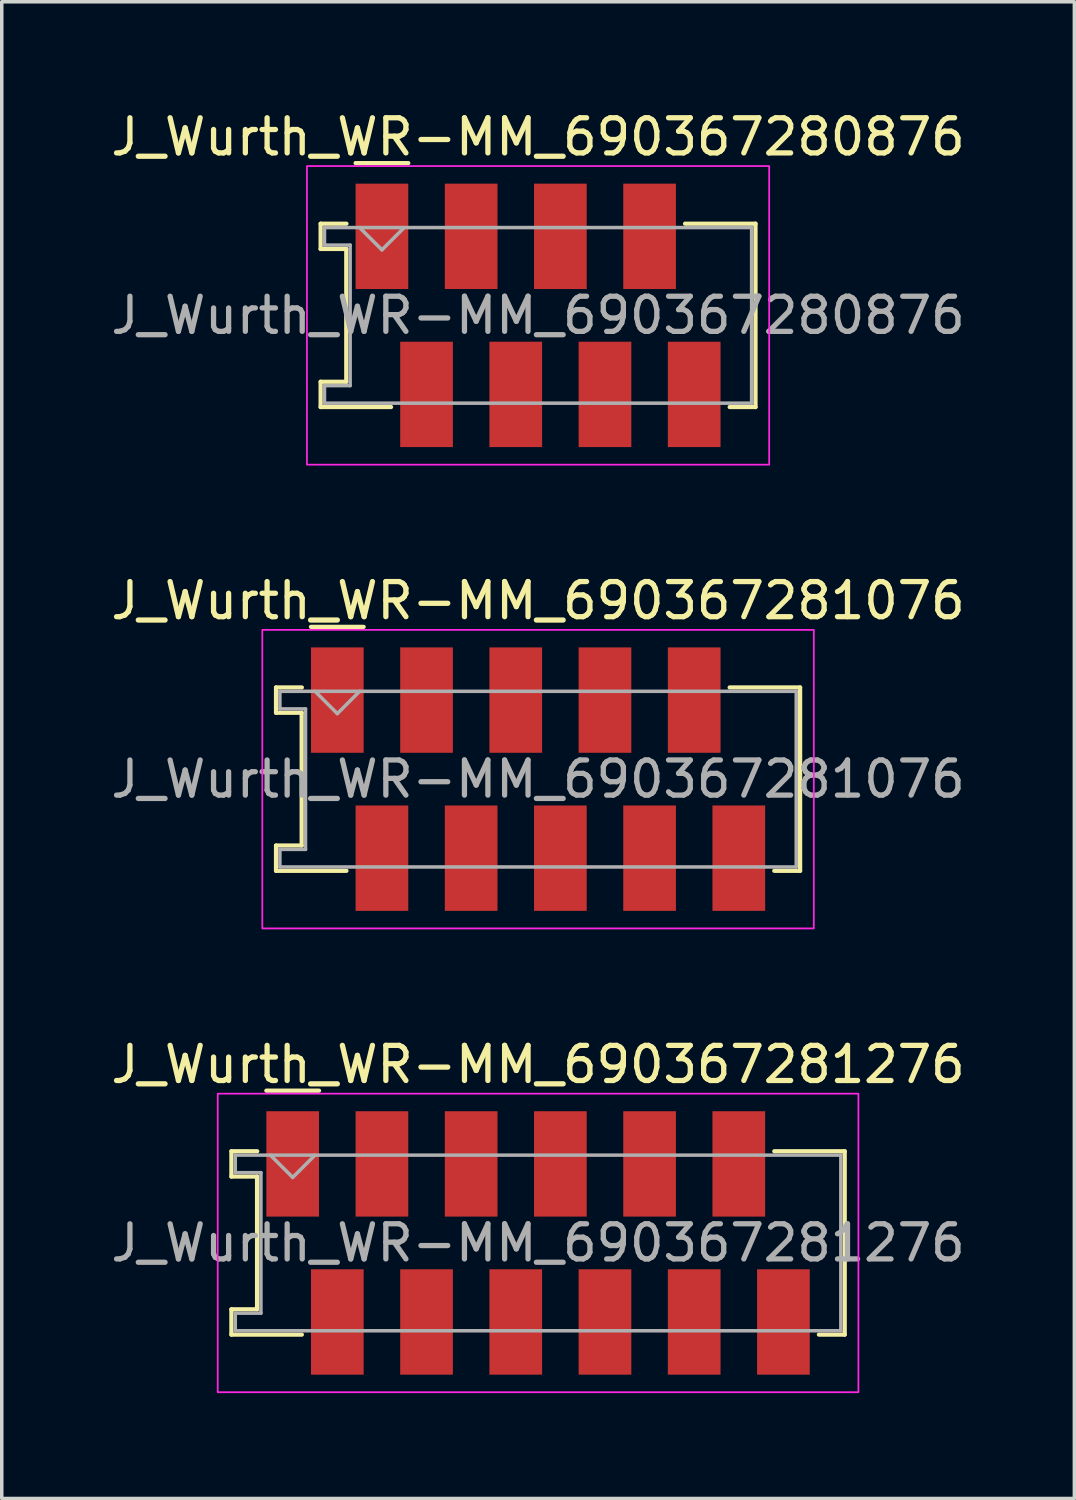
<source format=kicad_pcb>
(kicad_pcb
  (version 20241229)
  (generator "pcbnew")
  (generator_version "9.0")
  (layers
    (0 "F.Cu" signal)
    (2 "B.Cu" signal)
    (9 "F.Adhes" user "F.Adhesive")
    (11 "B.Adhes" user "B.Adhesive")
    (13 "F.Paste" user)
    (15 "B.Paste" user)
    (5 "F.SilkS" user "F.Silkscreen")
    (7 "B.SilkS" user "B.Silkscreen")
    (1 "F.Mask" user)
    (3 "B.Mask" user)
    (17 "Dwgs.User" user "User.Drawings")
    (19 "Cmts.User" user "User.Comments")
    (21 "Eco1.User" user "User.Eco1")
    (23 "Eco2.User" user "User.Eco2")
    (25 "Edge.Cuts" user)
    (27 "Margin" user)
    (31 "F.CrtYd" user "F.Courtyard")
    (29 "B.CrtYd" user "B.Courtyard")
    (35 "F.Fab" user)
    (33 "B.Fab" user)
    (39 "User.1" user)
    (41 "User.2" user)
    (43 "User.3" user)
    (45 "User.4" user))
  (footprint "J_Wurth_WR-MM_690367280876"
    (layer "F.Cu")
    (at 12.268 5.928)
    (property "Reference" "J_Wurth_WR-MM_690367280876" (at 0 -5.08 0) (unlocked yes) (layer "F.SilkS") (effects (font (size 1 1) (thickness 0.15))))
    (attr smd)
    (fp_line (start -6.19 -2.61) (end -6.19 -1.89) (stroke (width 0.12) (type solid)) (layer "F.SilkS"))
    (fp_line (start -6.19 -2.61) (end -5.455 -2.61) (stroke (width 0.12) (type solid)) (layer "F.SilkS"))
    (fp_line (start -6.19 -1.89) (end -5.46 -1.89) (stroke (width 0.12) (type solid)) (layer "F.SilkS"))
    (fp_line (start -6.19 1.89) (end -6.19 2.61) (stroke (width 0.12) (type solid)) (layer "F.SilkS"))
    (fp_line (start -6.19 1.89) (end -5.46 1.89) (stroke (width 0.12) (type solid)) (layer "F.SilkS"))
    (fp_line (start -6.19 2.61) (end -4.185 2.61) (stroke (width 0.12) (type solid)) (layer "F.SilkS"))
    (fp_line (start -5.46 -1.89) (end -5.46 1.89) (stroke (width 0.12) (type solid)) (layer "F.SilkS"))
    (fp_line (start -5.195 -4.335) (end -3.695 -4.335) (stroke (width 0.12) (type solid)) (layer "F.SilkS"))
    (fp_line (start 4.185 -2.61) (end 6.19 -2.61) (stroke (width 0.12) (type solid)) (layer "F.SilkS"))
    (fp_line (start 5.455 2.61) (end 6.19 2.61) (stroke (width 0.12) (type solid)) (layer "F.SilkS"))
    (fp_line (start 6.19 -2.61) (end 6.19 2.61) (stroke (width 0.12) (type solid)) (layer "F.SilkS"))
    (fp_rect (start -6.58 -4.25) (end 6.58 4.25) (stroke (width 0.05) (type solid)) (fill no) (layer "F.CrtYd"))
    (fp_line (start -6.08 -2.5) (end -6.08 -2) (stroke (width 0.1) (type solid)) (layer "F.Fab"))
    (fp_line (start -6.08 -2.5) (end 6.08 -2.5) (stroke (width 0.1) (type default)) (layer "F.Fab"))
    (fp_line (start -6.08 -2) (end -5.35 -2) (stroke (width 0.1) (type solid)) (layer "F.Fab"))
    (fp_line (start -6.08 2) (end -6.08 2.5) (stroke (width 0.1) (type solid)) (layer "F.Fab"))
    (fp_line (start -6.08 2) (end -5.35 2) (stroke (width 0.1) (type solid)) (layer "F.Fab"))
    (fp_line (start -5.35 -2) (end -5.35 2) (stroke (width 0.1) (type default)) (layer "F.Fab"))
    (fp_line (start -5.08 -2.5) (end -4.445 -1.865) (stroke (width 0.1) (type default)) (layer "F.Fab"))
    (fp_line (start -4.445 -1.865) (end -3.81 -2.5) (stroke (width 0.1) (type default)) (layer "F.Fab"))
    (fp_line (start 6.08 -2.5) (end 6.08 2.5) (stroke (width 0.1) (type default)) (layer "F.Fab"))
    (fp_line (start 6.08 2.5) (end -6.08 2.5) (stroke (width 0.1) (type default)) (layer "F.Fab"))
    (fp_text user "${REFERENCE}" (at 0 0 0) (unlocked yes) (layer "F.Fab") (effects (font (size 1 1) (thickness 0.15))))
    (pad "1" smd rect (at -4.445 -2.25) (size 1.5 3) (layers "F.Cu" "F.Mask" "F.Paste"))
    (pad "2" smd rect (at -3.175 2.25) (size 1.5 3) (layers "F.Cu" "F.Mask" "F.Paste"))
    (pad "3" smd rect (at -1.905 -2.25) (size 1.5 3) (layers "F.Cu" "F.Mask" "F.Paste"))
    (pad "4" smd rect (at -0.635 2.25) (size 1.5 3) (layers "F.Cu" "F.Mask" "F.Paste"))
    (pad "5" smd rect (at 0.635 -2.25) (size 1.5 3) (layers "F.Cu" "F.Mask" "F.Paste"))
    (pad "6" smd rect (at 1.905 2.25) (size 1.5 3) (layers "F.Cu" "F.Mask" "F.Paste"))
    (pad "7" smd rect (at 3.175 -2.25) (size 1.5 3) (layers "F.Cu" "F.Mask" "F.Paste"))
    (pad "8" smd rect (at 4.445 2.25) (size 1.5 3) (layers "F.Cu" "F.Mask" "F.Paste")))
  (footprint "J_Wurth_WR-MM_690367281076"
    (layer "F.Cu")
    (at 12.268 19.131)
    (property "Reference" "J_Wurth_WR-MM_690367281076" (at 0 -5.08 0) (unlocked yes) (layer "F.SilkS") (effects (font (size 1 1) (thickness 0.15))))
    (attr smd)
    (fp_line (start -7.46 -2.61) (end -7.46 -1.89) (stroke (width 0.12) (type solid)) (layer "F.SilkS"))
    (fp_line (start -7.46 -2.61) (end -6.725 -2.61) (stroke (width 0.12) (type solid)) (layer "F.SilkS"))
    (fp_line (start -7.46 -1.89) (end -6.73 -1.89) (stroke (width 0.12) (type solid)) (layer "F.SilkS"))
    (fp_line (start -7.46 1.89) (end -7.46 2.61) (stroke (width 0.12) (type solid)) (layer "F.SilkS"))
    (fp_line (start -7.46 1.89) (end -6.73 1.89) (stroke (width 0.12) (type solid)) (layer "F.SilkS"))
    (fp_line (start -7.46 2.61) (end -5.455 2.61) (stroke (width 0.12) (type solid)) (layer "F.SilkS"))
    (fp_line (start -6.73 -1.89) (end -6.73 1.89) (stroke (width 0.12) (type solid)) (layer "F.SilkS"))
    (fp_line (start -6.465 -4.335) (end -4.965 -4.335) (stroke (width 0.12) (type solid)) (layer "F.SilkS"))
    (fp_line (start 5.455 -2.61) (end 7.46 -2.61) (stroke (width 0.12) (type solid)) (layer "F.SilkS"))
    (fp_line (start 6.725 2.61) (end 7.46 2.61) (stroke (width 0.12) (type solid)) (layer "F.SilkS"))
    (fp_line (start 7.46 -2.61) (end 7.46 2.61) (stroke (width 0.12) (type solid)) (layer "F.SilkS"))
    (fp_rect (start -7.85 -4.25) (end 7.85 4.25) (stroke (width 0.05) (type solid)) (fill no) (layer "F.CrtYd"))
    (fp_line (start -7.35 -2.5) (end -7.35 -2) (stroke (width 0.1) (type solid)) (layer "F.Fab"))
    (fp_line (start -7.35 -2.5) (end 7.35 -2.5) (stroke (width 0.1) (type default)) (layer "F.Fab"))
    (fp_line (start -7.35 -2) (end -6.62 -2) (stroke (width 0.1) (type solid)) (layer "F.Fab"))
    (fp_line (start -7.35 2) (end -7.35 2.5) (stroke (width 0.1) (type solid)) (layer "F.Fab"))
    (fp_line (start -7.35 2) (end -6.62 2) (stroke (width 0.1) (type solid)) (layer "F.Fab"))
    (fp_line (start -6.62 -2) (end -6.62 2) (stroke (width 0.1) (type default)) (layer "F.Fab"))
    (fp_line (start -6.35 -2.5) (end -5.715 -1.865) (stroke (width 0.1) (type default)) (layer "F.Fab"))
    (fp_line (start -5.715 -1.865) (end -5.08 -2.5) (stroke (width 0.1) (type default)) (layer "F.Fab"))
    (fp_line (start 7.35 -2.5) (end 7.35 2.5) (stroke (width 0.1) (type default)) (layer "F.Fab"))
    (fp_line (start 7.35 2.5) (end -7.35 2.5) (stroke (width 0.1) (type default)) (layer "F.Fab"))
    (fp_text user "${REFERENCE}" (at 0 0 0) (unlocked yes) (layer "F.Fab") (effects (font (size 1 1) (thickness 0.15))))
    (pad "1" smd rect (at -5.715 -2.25) (size 1.5 3) (layers "F.Cu" "F.Mask" "F.Paste"))
    (pad "2" smd rect (at -4.445 2.25) (size 1.5 3) (layers "F.Cu" "F.Mask" "F.Paste"))
    (pad "3" smd rect (at -3.175 -2.25) (size 1.5 3) (layers "F.Cu" "F.Mask" "F.Paste"))
    (pad "4" smd rect (at -1.905 2.25) (size 1.5 3) (layers "F.Cu" "F.Mask" "F.Paste"))
    (pad "5" smd rect (at -0.635 -2.25) (size 1.5 3) (layers "F.Cu" "F.Mask" "F.Paste"))
    (pad "6" smd rect (at 0.635 2.25) (size 1.5 3) (layers "F.Cu" "F.Mask" "F.Paste"))
    (pad "7" smd rect (at 1.905 -2.25) (size 1.5 3) (layers "F.Cu" "F.Mask" "F.Paste"))
    (pad "8" smd rect (at 3.175 2.25) (size 1.5 3) (layers "F.Cu" "F.Mask" "F.Paste"))
    (pad "9" smd rect (at 4.445 -2.25) (size 1.5 3) (layers "F.Cu" "F.Mask" "F.Paste"))
    (pad "10" smd rect (at 5.715 2.25) (size 1.5 3) (layers "F.Cu" "F.Mask" "F.Paste")))
  (footprint "J_Wurth_WR-MM_690367281276"
    (layer "F.Cu")
    (at 12.268 32.335)
    (property "Reference" "J_Wurth_WR-MM_690367281276" (at 0 -5.08 0) (unlocked yes) (layer "F.SilkS") (effects (font (size 1 1) (thickness 0.15))))
    (attr smd)
    (fp_line (start -8.73 -2.61) (end -8.73 -1.89) (stroke (width 0.12) (type solid)) (layer "F.SilkS"))
    (fp_line (start -8.73 -2.61) (end -7.995 -2.61) (stroke (width 0.12) (type solid)) (layer "F.SilkS"))
    (fp_line (start -8.73 -1.89) (end -8 -1.89) (stroke (width 0.12) (type solid)) (layer "F.SilkS"))
    (fp_line (start -8.73 1.89) (end -8.73 2.61) (stroke (width 0.12) (type solid)) (layer "F.SilkS"))
    (fp_line (start -8.73 1.89) (end -8 1.89) (stroke (width 0.12) (type solid)) (layer "F.SilkS"))
    (fp_line (start -8.73 2.61) (end -6.725 2.61) (stroke (width 0.12) (type solid)) (layer "F.SilkS"))
    (fp_line (start -8 -1.89) (end -8 1.89) (stroke (width 0.12) (type solid)) (layer "F.SilkS"))
    (fp_line (start -7.735 -4.335) (end -6.235 -4.335) (stroke (width 0.12) (type solid)) (layer "F.SilkS"))
    (fp_line (start 6.725 -2.61) (end 8.73 -2.61) (stroke (width 0.12) (type solid)) (layer "F.SilkS"))
    (fp_line (start 7.995 2.61) (end 8.73 2.61) (stroke (width 0.12) (type solid)) (layer "F.SilkS"))
    (fp_line (start 8.73 -2.61) (end 8.73 2.61) (stroke (width 0.12) (type solid)) (layer "F.SilkS"))
    (fp_rect (start -9.12 -4.25) (end 9.12 4.25) (stroke (width 0.05) (type solid)) (fill no) (layer "F.CrtYd"))
    (fp_line (start -8.62 -2.5) (end -8.62 -2) (stroke (width 0.1) (type solid)) (layer "F.Fab"))
    (fp_line (start -8.62 -2.5) (end 8.62 -2.5) (stroke (width 0.1) (type default)) (layer "F.Fab"))
    (fp_line (start -8.62 -2) (end -7.89 -2) (stroke (width 0.1) (type solid)) (layer "F.Fab"))
    (fp_line (start -8.62 2) (end -8.62 2.5) (stroke (width 0.1) (type solid)) (layer "F.Fab"))
    (fp_line (start -8.62 2) (end -7.89 2) (stroke (width 0.1) (type solid)) (layer "F.Fab"))
    (fp_line (start -7.89 -2) (end -7.89 2) (stroke (width 0.1) (type default)) (layer "F.Fab"))
    (fp_line (start -7.62 -2.5) (end -6.985 -1.865) (stroke (width 0.1) (type default)) (layer "F.Fab"))
    (fp_line (start -6.985 -1.865) (end -6.35 -2.5) (stroke (width 0.1) (type default)) (layer "F.Fab"))
    (fp_line (start 8.62 -2.5) (end 8.62 2.5) (stroke (width 0.1) (type default)) (layer "F.Fab"))
    (fp_line (start 8.62 2.5) (end -8.62 2.5) (stroke (width 0.1) (type default)) (layer "F.Fab"))
    (fp_text user "${REFERENCE}" (at 0 0 0) (unlocked yes) (layer "F.Fab") (effects (font (size 1 1) (thickness 0.15))))
    (pad "1" smd rect (at -6.985 -2.25) (size 1.5 3) (layers "F.Cu" "F.Mask" "F.Paste"))
    (pad "2" smd rect (at -5.715 2.25) (size 1.5 3) (layers "F.Cu" "F.Mask" "F.Paste"))
    (pad "3" smd rect (at -4.445 -2.25) (size 1.5 3) (layers "F.Cu" "F.Mask" "F.Paste"))
    (pad "4" smd rect (at -3.175 2.25) (size 1.5 3) (layers "F.Cu" "F.Mask" "F.Paste"))
    (pad "5" smd rect (at -1.905 -2.25) (size 1.5 3) (layers "F.Cu" "F.Mask" "F.Paste"))
    (pad "6" smd rect (at -0.635 2.25) (size 1.5 3) (layers "F.Cu" "F.Mask" "F.Paste"))
    (pad "7" smd rect (at 0.635 -2.25) (size 1.5 3) (layers "F.Cu" "F.Mask" "F.Paste"))
    (pad "8" smd rect (at 1.905 2.25) (size 1.5 3) (layers "F.Cu" "F.Mask" "F.Paste"))
    (pad "9" smd rect (at 3.175 -2.25) (size 1.5 3) (layers "F.Cu" "F.Mask" "F.Paste"))
    (pad "10" smd rect (at 4.445 2.25) (size 1.5 3) (layers "F.Cu" "F.Mask" "F.Paste"))
    (pad "11" smd rect (at 5.715 -2.25) (size 1.5 3) (layers "F.Cu" "F.Mask" "F.Paste"))
    (pad "12" smd rect (at 6.985 2.25) (size 1.5 3) (layers "F.Cu" "F.Mask" "F.Paste")))
  (gr_rect
    (start -3 -3)
    (end 27.536 39.61)
    (stroke (width 0.1) (type default))
    (fill no)
    (layer "Edge.Cuts")))
</source>
